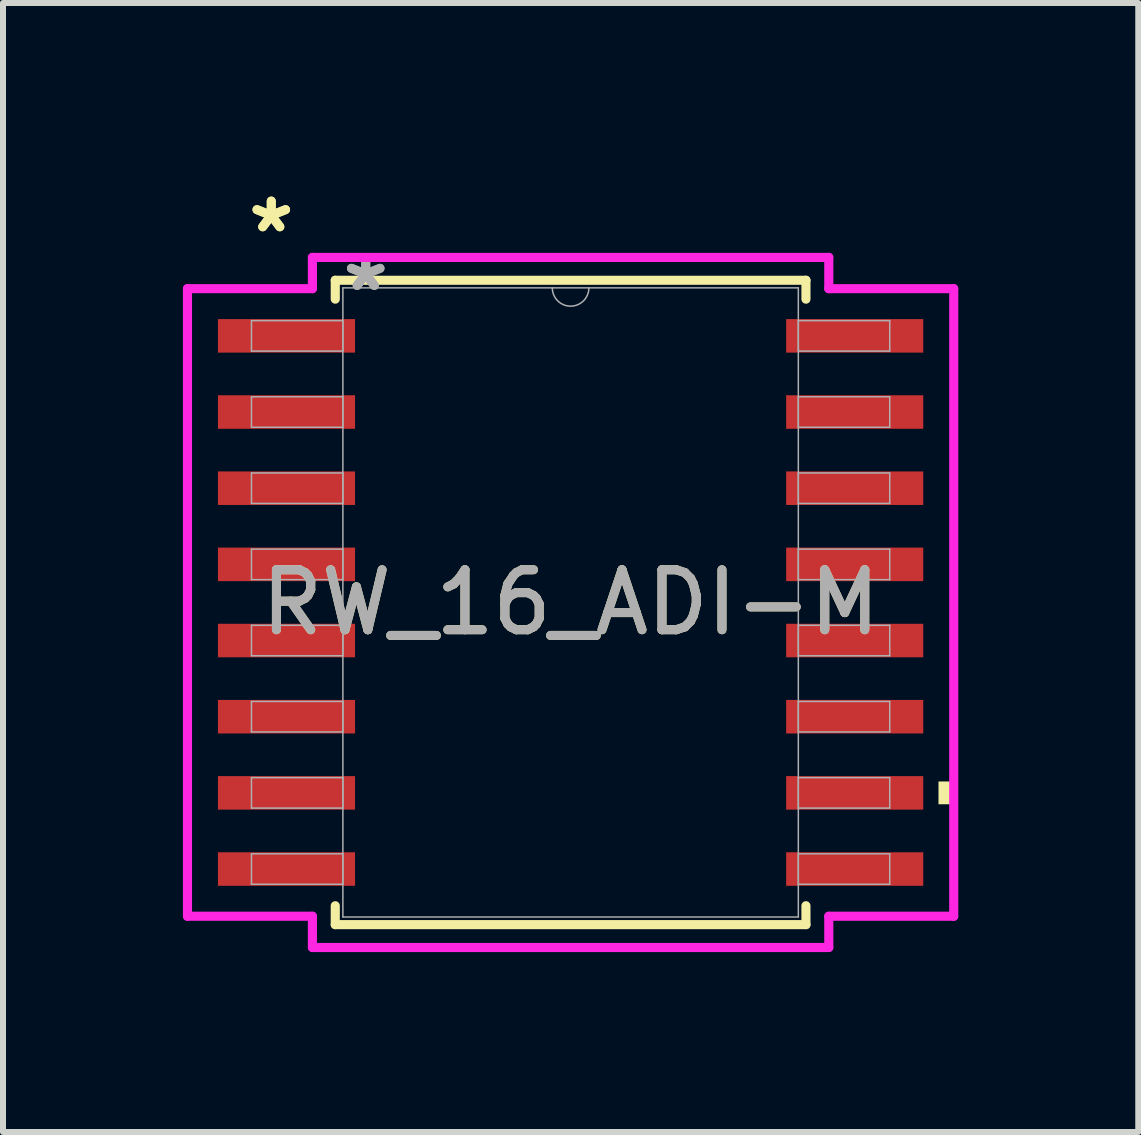
<source format=kicad_pcb>
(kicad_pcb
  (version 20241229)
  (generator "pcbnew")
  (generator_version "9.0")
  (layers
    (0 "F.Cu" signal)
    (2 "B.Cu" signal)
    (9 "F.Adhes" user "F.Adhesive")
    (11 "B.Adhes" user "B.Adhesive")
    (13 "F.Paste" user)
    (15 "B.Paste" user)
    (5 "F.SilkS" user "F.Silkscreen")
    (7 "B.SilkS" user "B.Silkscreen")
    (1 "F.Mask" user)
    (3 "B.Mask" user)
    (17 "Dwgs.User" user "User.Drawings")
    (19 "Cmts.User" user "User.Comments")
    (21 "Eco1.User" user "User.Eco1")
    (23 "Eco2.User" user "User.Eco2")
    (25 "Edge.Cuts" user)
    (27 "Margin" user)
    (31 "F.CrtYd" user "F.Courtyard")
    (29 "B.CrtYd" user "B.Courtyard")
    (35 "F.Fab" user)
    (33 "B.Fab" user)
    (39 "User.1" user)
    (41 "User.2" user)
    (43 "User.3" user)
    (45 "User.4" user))
  (footprint "RW_16_ADI-M"
    (layer "F.Cu")
    (at 6.464 6.995)
    (property "Reference" "RW_16_ADI-M" (at 0 0 0) (unlocked yes) (layer "F.SilkS") (effects (font (size 1 1) (thickness 0.15))))
    (attr smd)
    (fp_line (start -3.924 -5.372) (end -3.924 -5.057) (stroke (width 0.152) (type solid)) (layer "F.SilkS"))
    (fp_line (start -3.924 5.057) (end -3.924 5.372) (stroke (width 0.152) (type solid)) (layer "F.SilkS"))
    (fp_line (start -3.924 5.372) (end 3.924 5.372) (stroke (width 0.152) (type solid)) (layer "F.SilkS"))
    (fp_line (start 3.924 -5.372) (end -3.924 -5.372) (stroke (width 0.152) (type solid)) (layer "F.SilkS"))
    (fp_line (start 3.924 -5.057) (end 3.924 -5.372) (stroke (width 0.152) (type solid)) (layer "F.SilkS"))
    (fp_line (start 3.924 5.372) (end 3.924 5.057) (stroke (width 0.152) (type solid)) (layer "F.SilkS"))
    (fp_poly (pts (xy 6.388 2.985) (xy 6.388 3.365) (xy 6.134 3.365) (xy 6.134 2.985)) (stroke (width 0) (type solid)) (fill yes) (layer "F.SilkS"))
    (fp_line (start -6.388 -5.232) (end -4.305 -5.232) (stroke (width 0.152) (type solid)) (layer "F.CrtYd"))
    (fp_line (start -6.388 5.232) (end -6.388 -5.232) (stroke (width 0.152) (type solid)) (layer "F.CrtYd"))
    (fp_line (start -6.388 5.232) (end -4.305 5.232) (stroke (width 0.152) (type solid)) (layer "F.CrtYd"))
    (fp_line (start -4.305 -5.753) (end 4.305 -5.753) (stroke (width 0.152) (type solid)) (layer "F.CrtYd"))
    (fp_line (start -4.305 -5.232) (end -4.305 -5.753) (stroke (width 0.152) (type solid)) (layer "F.CrtYd"))
    (fp_line (start -4.305 5.753) (end -4.305 5.232) (stroke (width 0.152) (type solid)) (layer "F.CrtYd"))
    (fp_line (start 4.305 -5.753) (end 4.305 -5.232) (stroke (width 0.152) (type solid)) (layer "F.CrtYd"))
    (fp_line (start 4.305 5.232) (end 4.305 5.753) (stroke (width 0.152) (type solid)) (layer "F.CrtYd"))
    (fp_line (start 4.305 5.753) (end -4.305 5.753) (stroke (width 0.152) (type solid)) (layer "F.CrtYd"))
    (fp_line (start 6.388 -5.232) (end 4.305 -5.232) (stroke (width 0.152) (type solid)) (layer "F.CrtYd"))
    (fp_line (start 6.388 -5.232) (end 6.388 5.232) (stroke (width 0.152) (type solid)) (layer "F.CrtYd"))
    (fp_line (start 6.388 5.232) (end 4.305 5.232) (stroke (width 0.152) (type solid)) (layer "F.CrtYd"))
    (fp_line (start -5.321 -4.699) (end -5.321 -4.191) (stroke (width 0.025) (type solid)) (layer "F.Fab"))
    (fp_line (start -5.321 -4.191) (end -3.797 -4.191) (stroke (width 0.025) (type solid)) (layer "F.Fab"))
    (fp_line (start -5.321 -3.429) (end -5.321 -2.921) (stroke (width 0.025) (type solid)) (layer "F.Fab"))
    (fp_line (start -5.321 -2.921) (end -3.797 -2.921) (stroke (width 0.025) (type solid)) (layer "F.Fab"))
    (fp_line (start -5.321 -2.159) (end -5.321 -1.651) (stroke (width 0.025) (type solid)) (layer "F.Fab"))
    (fp_line (start -5.321 -1.651) (end -3.797 -1.651) (stroke (width 0.025) (type solid)) (layer "F.Fab"))
    (fp_line (start -5.321 -0.889) (end -5.321 -0.381) (stroke (width 0.025) (type solid)) (layer "F.Fab"))
    (fp_line (start -5.321 -0.381) (end -3.797 -0.381) (stroke (width 0.025) (type solid)) (layer "F.Fab"))
    (fp_line (start -5.321 0.381) (end -5.321 0.889) (stroke (width 0.025) (type solid)) (layer "F.Fab"))
    (fp_line (start -5.321 0.889) (end -3.797 0.889) (stroke (width 0.025) (type solid)) (layer "F.Fab"))
    (fp_line (start -5.321 1.651) (end -5.321 2.159) (stroke (width 0.025) (type solid)) (layer "F.Fab"))
    (fp_line (start -5.321 2.159) (end -3.797 2.159) (stroke (width 0.025) (type solid)) (layer "F.Fab"))
    (fp_line (start -5.321 2.921) (end -5.321 3.429) (stroke (width 0.025) (type solid)) (layer "F.Fab"))
    (fp_line (start -5.321 3.429) (end -3.797 3.429) (stroke (width 0.025) (type solid)) (layer "F.Fab"))
    (fp_line (start -5.321 4.191) (end -5.321 4.699) (stroke (width 0.025) (type solid)) (layer "F.Fab"))
    (fp_line (start -5.321 4.699) (end -3.797 4.699) (stroke (width 0.025) (type solid)) (layer "F.Fab"))
    (fp_line (start -3.797 -5.245) (end -3.797 5.245) (stroke (width 0.025) (type solid)) (layer "F.Fab"))
    (fp_line (start -3.797 -4.699) (end -5.321 -4.699) (stroke (width 0.025) (type solid)) (layer "F.Fab"))
    (fp_line (start -3.797 -4.191) (end -3.797 -4.699) (stroke (width 0.025) (type solid)) (layer "F.Fab"))
    (fp_line (start -3.797 -3.429) (end -5.321 -3.429) (stroke (width 0.025) (type solid)) (layer "F.Fab"))
    (fp_line (start -3.797 -2.921) (end -3.797 -3.429) (stroke (width 0.025) (type solid)) (layer "F.Fab"))
    (fp_line (start -3.797 -2.159) (end -5.321 -2.159) (stroke (width 0.025) (type solid)) (layer "F.Fab"))
    (fp_line (start -3.797 -1.651) (end -3.797 -2.159) (stroke (width 0.025) (type solid)) (layer "F.Fab"))
    (fp_line (start -3.797 -0.889) (end -5.321 -0.889) (stroke (width 0.025) (type solid)) (layer "F.Fab"))
    (fp_line (start -3.797 -0.381) (end -3.797 -0.889) (stroke (width 0.025) (type solid)) (layer "F.Fab"))
    (fp_line (start -3.797 0.381) (end -5.321 0.381) (stroke (width 0.025) (type solid)) (layer "F.Fab"))
    (fp_line (start -3.797 0.889) (end -3.797 0.381) (stroke (width 0.025) (type solid)) (layer "F.Fab"))
    (fp_line (start -3.797 1.651) (end -5.321 1.651) (stroke (width 0.025) (type solid)) (layer "F.Fab"))
    (fp_line (start -3.797 2.159) (end -3.797 1.651) (stroke (width 0.025) (type solid)) (layer "F.Fab"))
    (fp_line (start -3.797 2.921) (end -5.321 2.921) (stroke (width 0.025) (type solid)) (layer "F.Fab"))
    (fp_line (start -3.797 3.429) (end -3.797 2.921) (stroke (width 0.025) (type solid)) (layer "F.Fab"))
    (fp_line (start -3.797 4.191) (end -5.321 4.191) (stroke (width 0.025) (type solid)) (layer "F.Fab"))
    (fp_line (start -3.797 4.699) (end -3.797 4.191) (stroke (width 0.025) (type solid)) (layer "F.Fab"))
    (fp_line (start -3.797 5.245) (end 3.797 5.245) (stroke (width 0.025) (type solid)) (layer "F.Fab"))
    (fp_line (start 3.797 -5.245) (end -3.797 -5.245) (stroke (width 0.025) (type solid)) (layer "F.Fab"))
    (fp_line (start 3.797 -4.699) (end 3.797 -4.191) (stroke (width 0.025) (type solid)) (layer "F.Fab"))
    (fp_line (start 3.797 -4.191) (end 5.321 -4.191) (stroke (width 0.025) (type solid)) (layer "F.Fab"))
    (fp_line (start 3.797 -3.429) (end 3.797 -2.921) (stroke (width 0.025) (type solid)) (layer "F.Fab"))
    (fp_line (start 3.797 -2.921) (end 5.321 -2.921) (stroke (width 0.025) (type solid)) (layer "F.Fab"))
    (fp_line (start 3.797 -2.159) (end 3.797 -1.651) (stroke (width 0.025) (type solid)) (layer "F.Fab"))
    (fp_line (start 3.797 -1.651) (end 5.321 -1.651) (stroke (width 0.025) (type solid)) (layer "F.Fab"))
    (fp_line (start 3.797 -0.889) (end 3.797 -0.381) (stroke (width 0.025) (type solid)) (layer "F.Fab"))
    (fp_line (start 3.797 -0.381) (end 5.321 -0.381) (stroke (width 0.025) (type solid)) (layer "F.Fab"))
    (fp_line (start 3.797 0.381) (end 3.797 0.889) (stroke (width 0.025) (type solid)) (layer "F.Fab"))
    (fp_line (start 3.797 0.889) (end 5.321 0.889) (stroke (width 0.025) (type solid)) (layer "F.Fab"))
    (fp_line (start 3.797 1.651) (end 3.797 2.159) (stroke (width 0.025) (type solid)) (layer "F.Fab"))
    (fp_line (start 3.797 2.159) (end 5.321 2.159) (stroke (width 0.025) (type solid)) (layer "F.Fab"))
    (fp_line (start 3.797 2.921) (end 3.797 3.429) (stroke (width 0.025) (type solid)) (layer "F.Fab"))
    (fp_line (start 3.797 3.429) (end 5.321 3.429) (stroke (width 0.025) (type solid)) (layer "F.Fab"))
    (fp_line (start 3.797 4.191) (end 3.797 4.699) (stroke (width 0.025) (type solid)) (layer "F.Fab"))
    (fp_line (start 3.797 4.699) (end 5.321 4.699) (stroke (width 0.025) (type solid)) (layer "F.Fab"))
    (fp_line (start 3.797 5.245) (end 3.797 -5.245) (stroke (width 0.025) (type solid)) (layer "F.Fab"))
    (fp_line (start 5.321 -4.699) (end 3.797 -4.699) (stroke (width 0.025) (type solid)) (layer "F.Fab"))
    (fp_line (start 5.321 -4.191) (end 5.321 -4.699) (stroke (width 0.025) (type solid)) (layer "F.Fab"))
    (fp_line (start 5.321 -3.429) (end 3.797 -3.429) (stroke (width 0.025) (type solid)) (layer "F.Fab"))
    (fp_line (start 5.321 -2.921) (end 5.321 -3.429) (stroke (width 0.025) (type solid)) (layer "F.Fab"))
    (fp_line (start 5.321 -2.159) (end 3.797 -2.159) (stroke (width 0.025) (type solid)) (layer "F.Fab"))
    (fp_line (start 5.321 -1.651) (end 5.321 -2.159) (stroke (width 0.025) (type solid)) (layer "F.Fab"))
    (fp_line (start 5.321 -0.889) (end 3.797 -0.889) (stroke (width 0.025) (type solid)) (layer "F.Fab"))
    (fp_line (start 5.321 -0.381) (end 5.321 -0.889) (stroke (width 0.025) (type solid)) (layer "F.Fab"))
    (fp_line (start 5.321 0.381) (end 3.797 0.381) (stroke (width 0.025) (type solid)) (layer "F.Fab"))
    (fp_line (start 5.321 0.889) (end 5.321 0.381) (stroke (width 0.025) (type solid)) (layer "F.Fab"))
    (fp_line (start 5.321 1.651) (end 3.797 1.651) (stroke (width 0.025) (type solid)) (layer "F.Fab"))
    (fp_line (start 5.321 2.159) (end 5.321 1.651) (stroke (width 0.025) (type solid)) (layer "F.Fab"))
    (fp_line (start 5.321 2.921) (end 3.797 2.921) (stroke (width 0.025) (type solid)) (layer "F.Fab"))
    (fp_line (start 5.321 3.429) (end 5.321 2.921) (stroke (width 0.025) (type solid)) (layer "F.Fab"))
    (fp_line (start 5.321 4.191) (end 3.797 4.191) (stroke (width 0.025) (type solid)) (layer "F.Fab"))
    (fp_line (start 5.321 4.699) (end 5.321 4.191) (stroke (width 0.025) (type solid)) (layer "F.Fab"))
    (fp_arc (start 0.3048 -5.2451) (mid 0 -4.9403) (end -0.3048 -5.2451) (stroke (width 0.0254) (type solid)) (layer "F.Fab"))
    (fp_text user "*" (at -4.991 -6.147 0) (unlocked yes) (layer "F.SilkS") (effects (font (size 1 1) (thickness 0.15))))
    (fp_text user "*" (at -4.991 -6.147 0) (layer "F.SilkS") (effects (font (size 1 1) (thickness 0.15))))
    (fp_text user "${REFERENCE}" (at 0 0 0) (unlocked yes) (layer "F.Fab") (effects (font (size 1 1) (thickness 0.15))))
    (fp_text user "*" (at -3.416 -5.169 0) (layer "F.Fab") (effects (font (size 1 1) (thickness 0.15))))
    (fp_text user "*" (at -3.416 -5.169 0) (unlocked yes) (layer "F.Fab") (effects (font (size 1 1) (thickness 0.15))))
    (pad "1" smd rect (at -4.737 -4.445) (size 2.286 0.559) (layers "F.Cu" "F.Mask" "F.Paste"))
    (pad "2" smd rect (at -4.737 -3.175) (size 2.286 0.559) (layers "F.Cu" "F.Mask" "F.Paste"))
    (pad "3" smd rect (at -4.737 -1.905) (size 2.286 0.559) (layers "F.Cu" "F.Mask" "F.Paste"))
    (pad "4" smd rect (at -4.737 -0.635) (size 2.286 0.559) (layers "F.Cu" "F.Mask" "F.Paste"))
    (pad "5" smd rect (at -4.737 0.635) (size 2.286 0.559) (layers "F.Cu" "F.Mask" "F.Paste"))
    (pad "6" smd rect (at -4.737 1.905) (size 2.286 0.559) (layers "F.Cu" "F.Mask" "F.Paste"))
    (pad "7" smd rect (at -4.737 3.175) (size 2.286 0.559) (layers "F.Cu" "F.Mask" "F.Paste"))
    (pad "8" smd rect (at -4.737 4.445) (size 2.286 0.559) (layers "F.Cu" "F.Mask" "F.Paste"))
    (pad "9" smd rect (at 4.737 4.445) (size 2.286 0.559) (layers "F.Cu" "F.Mask" "F.Paste"))
    (pad "10" smd rect (at 4.737 3.175) (size 2.286 0.559) (layers "F.Cu" "F.Mask" "F.Paste"))
    (pad "11" smd rect (at 4.737 1.905) (size 2.286 0.559) (layers "F.Cu" "F.Mask" "F.Paste"))
    (pad "12" smd rect (at 4.737 0.635) (size 2.286 0.559) (layers "F.Cu" "F.Mask" "F.Paste"))
    (pad "13" smd rect (at 4.737 -0.635) (size 2.286 0.559) (layers "F.Cu" "F.Mask" "F.Paste"))
    (pad "14" smd rect (at 4.737 -1.905) (size 2.286 0.559) (layers "F.Cu" "F.Mask" "F.Paste"))
    (pad "15" smd rect (at 4.737 -3.175) (size 2.286 0.559) (layers "F.Cu" "F.Mask" "F.Paste"))
    (pad "16" smd rect (at 4.737 -4.445) (size 2.286 0.559) (layers "F.Cu" "F.Mask" "F.Paste")))
  (gr_rect
    (start -3 -3)
    (end 15.929 15.824)
    (stroke (width 0.1) (type default))
    (fill no)
    (layer "Edge.Cuts")))
</source>
